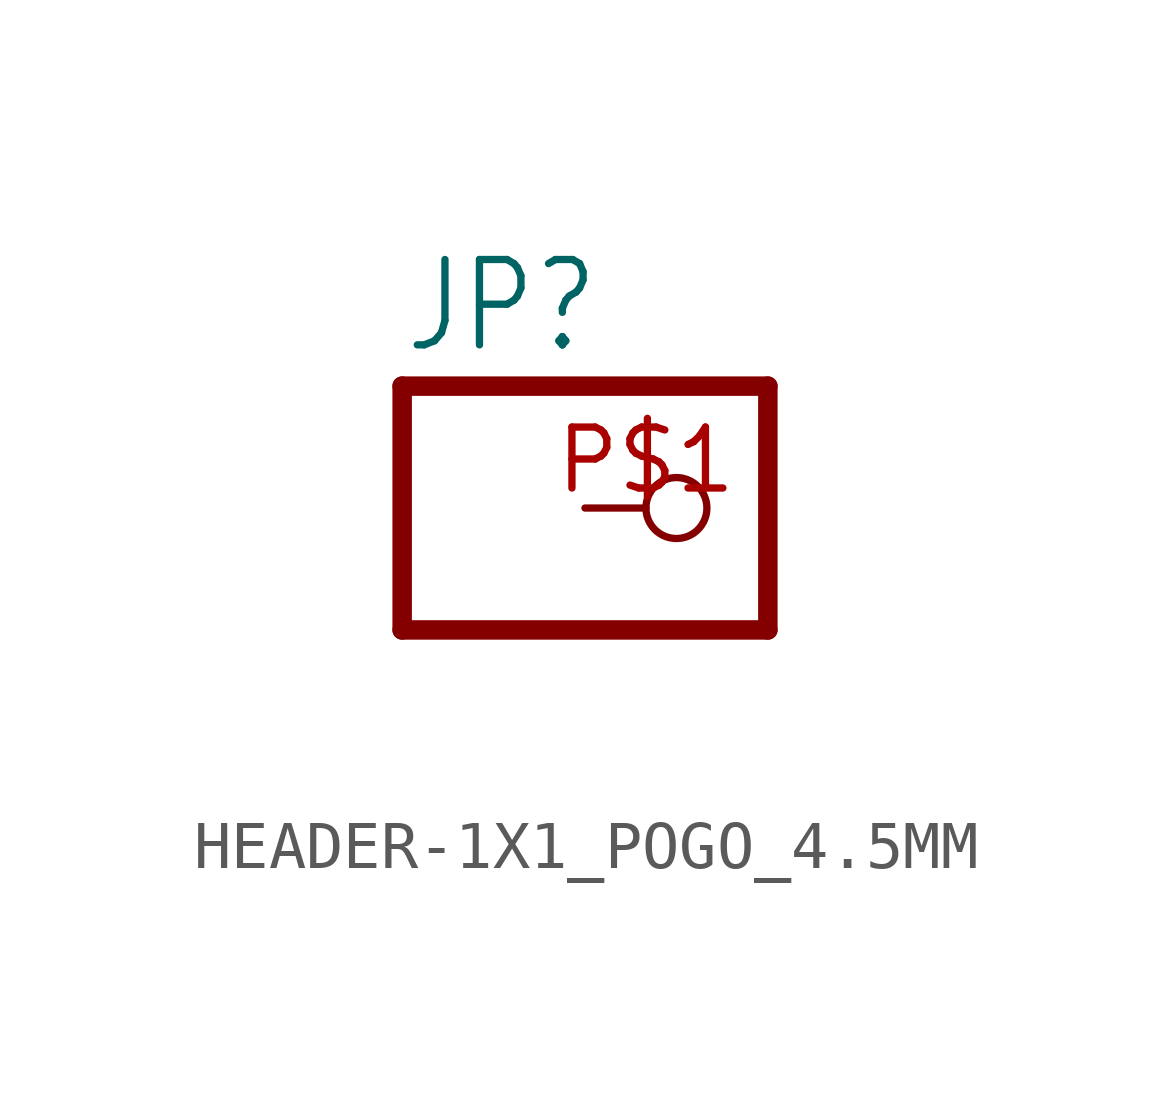
<source format=kicad_sym>
(kicad_symbol_lib
  (version 20220914)
  (generator kicad_symbol_editor)
  (symbol "HEADER-1X1_POGO_4.5MM"
    (property "Reference" "JP"
      (at -6.35 3.175 0)
      (effects (font (size 1.778 1.511)) (justify left bottom)))
    (property "Value" ""
      (at -6.35 -5.08 0)
      (effects (font (size 1.778 1.511)) (justify left bottom)))
    (property "ki_locked" ""
      (at 0 0 0)
      (effects (font (size 1.27 1.27))))
    (symbol "HEADER-1X1_POGO_4.5MM_1_0"
      (polyline (pts (xy -6.35 -2.54) (xy 1.27 -2.54)) (stroke (width 0.406) (type solid)) (fill (type none)))
      (polyline (pts (xy -6.35 2.54) (xy -6.35 -2.54)) (stroke (width 0.406) (type solid)) (fill (type none)))
      (polyline (pts (xy 1.27 -2.54) (xy 1.27 2.54)) (stroke (width 0.406) (type solid)) (fill (type none)))
      (polyline (pts (xy 1.27 2.54) (xy -6.35 2.54)) (stroke (width 0.406) (type solid)) (fill (type none)))
      (pin passive inverted (at -2.54 0 0) (length 2.54) (name "1" (effects (font (size 0 0)))) (number "P$1" (effects (font (size 1.27 1.27))))))))
</source>
